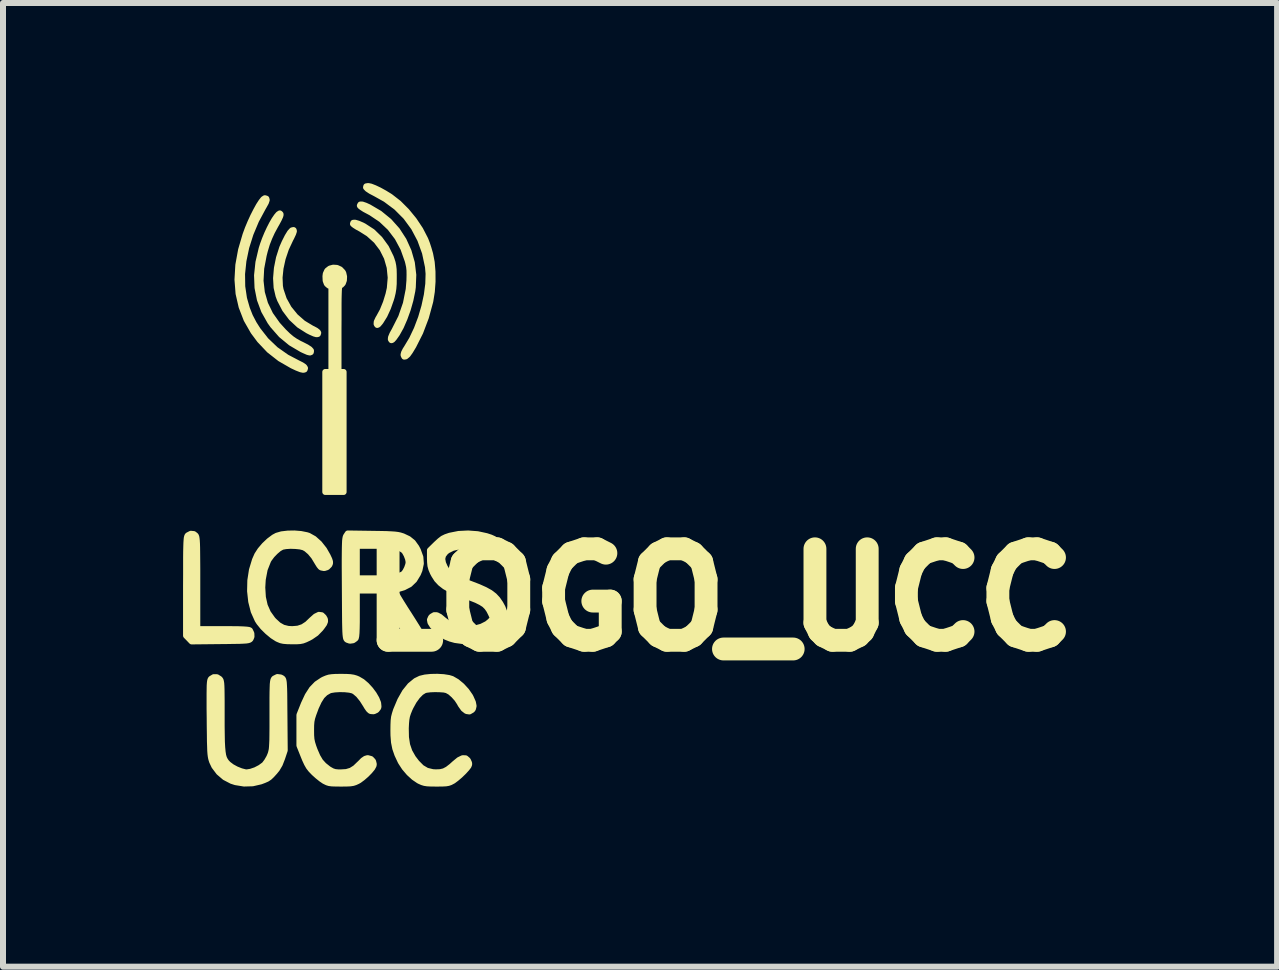
<source format=kicad_pcb>
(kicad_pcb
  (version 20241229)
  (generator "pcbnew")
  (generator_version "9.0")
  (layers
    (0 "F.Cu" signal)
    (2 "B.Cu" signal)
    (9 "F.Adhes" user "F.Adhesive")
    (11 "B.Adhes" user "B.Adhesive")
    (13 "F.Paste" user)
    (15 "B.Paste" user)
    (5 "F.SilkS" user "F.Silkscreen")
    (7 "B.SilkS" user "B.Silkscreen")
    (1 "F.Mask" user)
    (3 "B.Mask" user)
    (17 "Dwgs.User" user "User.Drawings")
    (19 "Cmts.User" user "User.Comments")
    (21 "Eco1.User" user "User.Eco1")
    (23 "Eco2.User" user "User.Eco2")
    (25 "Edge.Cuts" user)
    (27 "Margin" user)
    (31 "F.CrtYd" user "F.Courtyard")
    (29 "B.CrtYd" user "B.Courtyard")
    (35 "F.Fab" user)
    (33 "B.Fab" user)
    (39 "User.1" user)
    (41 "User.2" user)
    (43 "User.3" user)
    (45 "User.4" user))
  (footprint "LOGO_UCC"
    (layer "F.Cu")
    (at 2.709 5.028)
    (property "Reference" "LOGO_UCC" (at 6.223 1.905 0) (layer "F.SilkS") (effects (font (size 1.524 1.524) (thickness 0.381))))
    (attr through_hole)
    (fp_poly (pts (xy -0.457 -2.532) (xy -0.463 -2.513) (xy -0.484 -2.509) (xy -0.523 -2.52) (xy -0.584 -2.547) (xy -0.629 -2.57) (xy -0.774 -2.662) (xy -0.903 -2.782) (xy -1.01 -2.924) (xy -1.093 -3.084) (xy -1.118 -3.15) (xy -1.15 -3.287) (xy -1.159 -3.442) (xy -1.145 -3.609) (xy -1.111 -3.779) (xy -1.057 -3.948) (xy -1.018 -4.037) (xy -0.968 -4.136) (xy -0.927 -4.203) (xy -0.894 -4.239) (xy -0.869 -4.245) (xy -0.866 -4.243) (xy -0.862 -4.226) (xy -0.875 -4.186) (xy -0.905 -4.122) (xy -0.921 -4.092) (xy -0.994 -3.936) (xy -1.049 -3.773) (xy -1.085 -3.609) (xy -1.101 -3.453) (xy -1.095 -3.31) (xy -1.084 -3.25) (xy -1.03 -3.089) (xy -0.947 -2.939) (xy -0.838 -2.805) (xy -0.709 -2.692) (xy -0.564 -2.605) (xy -0.546 -2.597) (xy -0.496 -2.57) (xy -0.464 -2.545) (xy -0.457 -2.532)) (stroke (width 0.1) (type solid)) (fill yes) (layer "F.SilkS"))
    (fp_poly (pts (xy 1.127 -3.498) (xy 1.119 -3.292) (xy 1.111 -3.232) (xy 1.079 -3.078) (xy 1.035 -2.923) (xy 0.981 -2.773) (xy 0.921 -2.635) (xy 0.856 -2.518) (xy 0.806 -2.447) (xy 0.778 -2.416) (xy 0.763 -2.41) (xy 0.753 -2.425) (xy 0.756 -2.456) (xy 0.779 -2.511) (xy 0.813 -2.572) (xy 0.925 -2.793) (xy 1.004 -3.021) (xy 1.051 -3.257) (xy 1.063 -3.404) (xy 1.065 -3.5) (xy 1.064 -3.573) (xy 1.057 -3.636) (xy 1.043 -3.7) (xy 1.034 -3.735) (xy 0.962 -3.937) (xy 0.864 -4.12) (xy 0.741 -4.282) (xy 0.594 -4.421) (xy 0.424 -4.535) (xy 0.379 -4.559) (xy 0.317 -4.592) (xy 0.269 -4.623) (xy 0.241 -4.645) (xy 0.237 -4.652) (xy 0.246 -4.67) (xy 0.276 -4.67) (xy 0.329 -4.652) (xy 0.386 -4.626) (xy 0.565 -4.521) (xy 0.723 -4.392) (xy 0.857 -4.242) (xy 0.966 -4.074) (xy 1.048 -3.892) (xy 1.103 -3.699) (xy 1.127 -3.498)) (stroke (width 0.1) (type solid)) (fill yes) (layer "F.SilkS"))
    (fp_poly (pts (xy 0.802 -3.446) (xy 0.801 -3.347) (xy 0.795 -3.27) (xy 0.784 -3.202) (xy 0.767 -3.131) (xy 0.755 -3.091) (xy 0.705 -2.949) (xy 0.647 -2.823) (xy 0.583 -2.72) (xy 0.568 -2.701) (xy 0.541 -2.67) (xy 0.526 -2.664) (xy 0.516 -2.68) (xy 0.518 -2.715) (xy 0.544 -2.771) (xy 0.556 -2.79) (xy 0.617 -2.902) (xy 0.671 -3.035) (xy 0.714 -3.175) (xy 0.736 -3.274) (xy 0.751 -3.451) (xy 0.734 -3.623) (xy 0.687 -3.786) (xy 0.612 -3.935) (xy 0.51 -4.069) (xy 0.382 -4.184) (xy 0.255 -4.264) (xy 0.196 -4.296) (xy 0.15 -4.325) (xy 0.125 -4.345) (xy 0.122 -4.349) (xy 0.128 -4.366) (xy 0.158 -4.367) (xy 0.209 -4.352) (xy 0.276 -4.323) (xy 0.305 -4.308) (xy 0.446 -4.216) (xy 0.569 -4.096) (xy 0.673 -3.953) (xy 0.752 -3.792) (xy 0.764 -3.759) (xy 0.782 -3.704) (xy 0.793 -3.65) (xy 0.8 -3.589) (xy 0.802 -3.51) (xy 0.802 -3.446)) (stroke (width 0.1) (type solid)) (fill yes) (layer "F.SilkS"))
    (fp_poly (pts (xy -0.677 -1.943) (xy -0.684 -1.922) (xy -0.706 -1.916) (xy -0.747 -1.925) (xy -0.811 -1.95) (xy -0.89 -1.987) (xy -1.093 -2.104) (xy -1.273 -2.245) (xy -1.431 -2.412) (xy -1.536 -2.553) (xy -1.651 -2.754) (xy -1.733 -2.966) (xy -1.784 -3.187) (xy -1.802 -3.419) (xy -1.788 -3.662) (xy -1.742 -3.914) (xy -1.669 -4.163) (xy -1.631 -4.267) (xy -1.587 -4.372) (xy -1.54 -4.475) (xy -1.492 -4.569) (xy -1.447 -4.651) (xy -1.405 -4.716) (xy -1.371 -4.759) (xy -1.346 -4.775) (xy -1.345 -4.775) (xy -1.321 -4.768) (xy -1.315 -4.746) (xy -1.329 -4.704) (xy -1.364 -4.641) (xy -1.377 -4.619) (xy -1.492 -4.405) (xy -1.585 -4.183) (xy -1.656 -3.958) (xy -1.703 -3.733) (xy -1.726 -3.514) (xy -1.723 -3.304) (xy -1.694 -3.109) (xy -1.687 -3.082) (xy -1.645 -2.936) (xy -1.595 -2.809) (xy -1.531 -2.686) (xy -1.465 -2.582) (xy -1.329 -2.408) (xy -1.168 -2.254) (xy -0.983 -2.124) (xy -0.806 -2.031) (xy -0.734 -1.995) (xy -0.691 -1.966) (xy -0.677 -1.944) (xy -0.677 -1.943)) (stroke (width 0.1) (type solid)) (fill yes) (layer "F.SilkS"))
    (fp_poly (pts (xy -1.569 2.53) (xy -1.584 2.565) (xy -1.593 2.575) (xy -1.606 2.583) (xy -1.627 2.589) (xy -1.659 2.594) (xy -1.707 2.597) (xy -1.774 2.6) (xy -1.865 2.601) (xy -1.982 2.603) (xy -2.088 2.604) (xy -2.566 2.609) (xy -2.612 2.561) (xy -2.659 2.513) (xy -2.659 1.691) (xy -2.658 1.502) (xy -2.658 1.345) (xy -2.658 1.215) (xy -2.657 1.111) (xy -2.655 1.029) (xy -2.653 0.967) (xy -2.65 0.92) (xy -2.647 0.888) (xy -2.642 0.866) (xy -2.637 0.852) (xy -2.63 0.843) (xy -2.628 0.841) (xy -2.579 0.816) (xy -2.53 0.821) (xy -2.5 0.844) (xy -2.494 0.854) (xy -2.488 0.87) (xy -2.484 0.894) (xy -2.48 0.931) (xy -2.477 0.983) (xy -2.475 1.052) (xy -2.474 1.142) (xy -2.473 1.256) (xy -2.472 1.396) (xy -2.472 1.567) (xy -2.472 1.64) (xy -2.472 2.405) (xy -2.043 2.405) (xy -1.901 2.405) (xy -1.791 2.406) (xy -1.708 2.409) (xy -1.65 2.413) (xy -1.614 2.418) (xy -1.596 2.425) (xy -1.595 2.426) (xy -1.571 2.476) (xy -1.569 2.53)) (stroke (width 0.1) (type solid)) (fill yes) (layer "F.SilkS"))
    (fp_poly (pts (xy -0.577 -2.231) (xy -0.58 -2.211) (xy -0.596 -2.205) (xy -0.63 -2.213) (xy -0.685 -2.237) (xy -0.728 -2.257) (xy -0.913 -2.366) (xy -1.073 -2.498) (xy -1.211 -2.655) (xy -1.257 -2.719) (xy -1.359 -2.9) (xy -1.429 -3.088) (xy -1.468 -3.284) (xy -1.476 -3.49) (xy -1.453 -3.707) (xy -1.399 -3.936) (xy -1.377 -4.005) (xy -1.345 -4.093) (xy -1.308 -4.182) (xy -1.268 -4.268) (xy -1.227 -4.348) (xy -1.187 -4.417) (xy -1.15 -4.471) (xy -1.12 -4.507) (xy -1.097 -4.522) (xy -1.085 -4.511) (xy -1.084 -4.496) (xy -1.092 -4.471) (xy -1.113 -4.425) (xy -1.145 -4.365) (xy -1.169 -4.323) (xy -1.227 -4.216) (xy -1.272 -4.118) (xy -1.311 -4.018) (xy -1.346 -3.902) (xy -1.365 -3.827) (xy -1.407 -3.607) (xy -1.418 -3.399) (xy -1.396 -3.202) (xy -1.342 -3.015) (xy -1.256 -2.837) (xy -1.137 -2.669) (xy -1.034 -2.555) (xy -0.962 -2.485) (xy -0.9 -2.433) (xy -0.84 -2.392) (xy -0.771 -2.353) (xy -0.733 -2.335) (xy -0.651 -2.293) (xy -0.6 -2.26) (xy -0.578 -2.236) (xy -0.577 -2.231)) (stroke (width 0.1) (type solid)) (fill yes) (layer "F.SilkS"))
    (fp_poly (pts (xy 1.448 -3.386) (xy 1.436 -3.22) (xy 1.411 -3.064) (xy 1.408 -3.05) (xy 1.337 -2.79) (xy 1.243 -2.542) (xy 1.128 -2.314) (xy 1.073 -2.223) (xy 1.034 -2.169) (xy 1 -2.14) (xy 0.977 -2.136) (xy 0.966 -2.16) (xy 0.965 -2.169) (xy 0.974 -2.203) (xy 0.998 -2.25) (xy 1.014 -2.274) (xy 1.105 -2.426) (xy 1.186 -2.597) (xy 1.256 -2.782) (xy 1.312 -2.973) (xy 1.353 -3.163) (xy 1.377 -3.347) (xy 1.382 -3.516) (xy 1.372 -3.632) (xy 1.322 -3.867) (xy 1.243 -4.085) (xy 1.137 -4.285) (xy 1.005 -4.465) (xy 0.847 -4.624) (xy 0.666 -4.759) (xy 0.498 -4.853) (xy 0.418 -4.895) (xy 0.365 -4.93) (xy 0.34 -4.956) (xy 0.344 -4.973) (xy 0.377 -4.978) (xy 0.42 -4.969) (xy 0.484 -4.944) (xy 0.562 -4.907) (xy 0.647 -4.86) (xy 0.732 -4.808) (xy 0.747 -4.798) (xy 0.883 -4.692) (xy 1.015 -4.56) (xy 1.137 -4.411) (xy 1.243 -4.252) (xy 1.326 -4.091) (xy 1.334 -4.072) (xy 1.356 -4.014) (xy 1.381 -3.937) (xy 1.404 -3.858) (xy 1.408 -3.843) (xy 1.434 -3.708) (xy 1.447 -3.552) (xy 1.448 -3.386)) (stroke (width 0.1) (type solid)) (fill yes) (layer "F.SilkS"))
    (fp_poly (pts (xy -0.026 -3.468) (xy -0.029 -3.409) (xy -0.047 -3.358) (xy -0.077 -3.327) (xy -0.086 -3.324) (xy -0.094 -3.32) (xy -0.1 -3.313) (xy -0.104 -3.305) (xy -0.104 -3.449) (xy -0.115 -3.496) (xy -0.149 -3.527) (xy -0.194 -3.538) (xy -0.232 -3.525) (xy -0.253 -3.494) (xy -0.257 -3.439) (xy -0.254 -3.412) (xy -0.249 -3.395) (xy -0.244 -3.411) (xy -0.242 -3.425) (xy -0.232 -3.457) (xy -0.208 -3.47) (xy -0.178 -3.471) (xy -0.133 -3.464) (xy -0.113 -3.442) (xy -0.107 -3.426) (xy -0.104 -3.442) (xy -0.104 -3.449) (xy -0.104 -3.305) (xy -0.106 -3.3) (xy -0.11 -3.276) (xy -0.113 -3.239) (xy -0.115 -3.187) (xy -0.117 -3.115) (xy -0.118 -3.021) (xy -0.118 -2.903) (xy -0.118 -2.756) (xy -0.119 -2.597) (xy -0.119 -1.88) (xy -0.076 -1.88) (xy -0.034 -1.88) (xy -0.034 -0.881) (xy -0.034 0.119) (xy -0.186 0.119) (xy -0.339 0.119) (xy -0.339 -0.881) (xy -0.339 -1.88) (xy -0.288 -1.88) (xy -0.237 -1.88) (xy -0.237 -2.591) (xy -0.237 -3.303) (xy -0.278 -3.319) (xy -0.313 -3.349) (xy -0.333 -3.403) (xy -0.336 -3.475) (xy -0.331 -3.515) (xy -0.307 -3.568) (xy -0.262 -3.603) (xy -0.206 -3.618) (xy -0.146 -3.614) (xy -0.091 -3.589) (xy -0.049 -3.545) (xy -0.039 -3.526) (xy -0.026 -3.468)) (stroke (width 0.1) (type solid)) (fill yes) (layer "F.SilkS"))
    (fp_poly (pts (xy -0.26 1.306) (xy -0.27 1.331) (xy -0.273 1.336) (xy -0.309 1.372) (xy -0.357 1.387) (xy -0.404 1.378) (xy -0.417 1.37) (xy -0.44 1.342) (xy -0.468 1.297) (xy -0.478 1.28) (xy -0.529 1.196) (xy -0.591 1.121) (xy -0.655 1.066) (xy -0.698 1.042) (xy -0.756 1.027) (xy -0.833 1.019) (xy -0.917 1.016) (xy -0.996 1.021) (xy -1.055 1.032) (xy -1.061 1.034) (xy -1.112 1.063) (xy -1.171 1.113) (xy -1.229 1.173) (xy -1.275 1.235) (xy -1.291 1.261) (xy -1.349 1.408) (xy -1.381 1.576) (xy -1.389 1.711) (xy -1.379 1.874) (xy -1.348 2.013) (xy -1.294 2.135) (xy -1.217 2.243) (xy -1.196 2.266) (xy -1.119 2.337) (xy -1.043 2.38) (xy -0.959 2.401) (xy -0.889 2.405) (xy -0.794 2.397) (xy -0.713 2.37) (xy -0.638 2.321) (xy -0.566 2.252) (xy -0.501 2.194) (xy -0.446 2.167) (xy -0.399 2.173) (xy -0.365 2.205) (xy -0.345 2.241) (xy -0.343 2.276) (xy -0.359 2.316) (xy -0.397 2.369) (xy -0.418 2.396) (xy -0.493 2.473) (xy -0.579 2.532) (xy -0.612 2.55) (xy -0.669 2.577) (xy -0.714 2.594) (xy -0.759 2.603) (xy -0.817 2.607) (xy -0.893 2.607) (xy -0.975 2.605) (xy -1.034 2.6) (xy -1.08 2.59) (xy -1.124 2.572) (xy -1.143 2.563) (xy -1.218 2.515) (xy -1.3 2.447) (xy -1.378 2.37) (xy -1.441 2.292) (xy -1.467 2.252) (xy -1.532 2.107) (xy -1.573 1.945) (xy -1.592 1.771) (xy -1.588 1.593) (xy -1.561 1.419) (xy -1.511 1.254) (xy -1.473 1.168) (xy -1.422 1.089) (xy -1.353 1.008) (xy -1.275 0.934) (xy -1.196 0.875) (xy -1.146 0.848) (xy -1.066 0.825) (xy -0.964 0.813) (xy -0.854 0.811) (xy -0.745 0.82) (xy -0.65 0.839) (xy -0.618 0.849) (xy -0.527 0.9) (xy -0.439 0.979) (xy -0.36 1.079) (xy -0.3 1.184) (xy -0.273 1.242) (xy -0.261 1.279) (xy -0.26 1.306)) (stroke (width 0.1) (type solid)) (fill yes) (layer "F.SilkS"))
    (fp_poly (pts (xy 2.132 3.685) (xy 2.121 3.731) (xy 2.107 3.75) (xy 2.062 3.776) (xy 2.014 3.769) (xy 1.965 3.731) (xy 1.916 3.662) (xy 1.9 3.632) (xy 1.858 3.568) (xy 1.802 3.505) (xy 1.742 3.452) (xy 1.688 3.422) (xy 1.64 3.411) (xy 1.57 3.406) (xy 1.489 3.404) (xy 1.411 3.407) (xy 1.345 3.415) (xy 1.314 3.423) (xy 1.256 3.459) (xy 1.196 3.52) (xy 1.136 3.602) (xy 1.083 3.698) (xy 1.065 3.736) (xy 1.039 3.8) (xy 1.022 3.853) (xy 1.012 3.908) (xy 1.006 3.974) (xy 1.002 4.059) (xy 1.005 4.207) (xy 1.024 4.333) (xy 1.062 4.444) (xy 1.122 4.55) (xy 1.184 4.631) (xy 1.265 4.713) (xy 1.351 4.764) (xy 1.45 4.788) (xy 1.504 4.791) (xy 1.578 4.788) (xy 1.64 4.773) (xy 1.699 4.742) (xy 1.764 4.692) (xy 1.815 4.646) (xy 1.889 4.585) (xy 1.95 4.555) (xy 1.999 4.557) (xy 2.036 4.589) (xy 2.057 4.636) (xy 2.058 4.659) (xy 2.047 4.686) (xy 2.018 4.724) (xy 1.969 4.778) (xy 1.963 4.784) (xy 1.905 4.84) (xy 1.844 4.892) (xy 1.793 4.93) (xy 1.782 4.936) (xy 1.746 4.955) (xy 1.711 4.967) (xy 1.67 4.974) (xy 1.613 4.977) (xy 1.533 4.978) (xy 1.509 4.978) (xy 1.422 4.977) (xy 1.361 4.974) (xy 1.315 4.967) (xy 1.276 4.955) (xy 1.235 4.937) (xy 1.216 4.927) (xy 1.138 4.874) (xy 1.057 4.8) (xy 0.982 4.712) (xy 0.922 4.62) (xy 0.914 4.605) (xy 0.862 4.494) (xy 0.827 4.393) (xy 0.806 4.289) (xy 0.797 4.172) (xy 0.796 4.093) (xy 0.797 3.998) (xy 0.8 3.927) (xy 0.807 3.87) (xy 0.82 3.819) (xy 0.838 3.762) (xy 0.84 3.756) (xy 0.91 3.59) (xy 0.988 3.452) (xy 1.075 3.344) (xy 1.169 3.267) (xy 1.245 3.23) (xy 1.324 3.211) (xy 1.421 3.201) (xy 1.527 3.199) (xy 1.631 3.205) (xy 1.72 3.219) (xy 1.772 3.235) (xy 1.853 3.282) (xy 1.936 3.351) (xy 2.012 3.434) (xy 2.073 3.522) (xy 2.084 3.543) (xy 2.12 3.624) (xy 2.132 3.685)) (stroke (width 0.1) (type solid)) (fill yes) (layer "F.SilkS"))
    (fp_poly (pts (xy 2.659 2.222) (xy 2.657 2.267) (xy 2.651 2.3) (xy 2.634 2.33) (xy 2.603 2.366) (xy 2.553 2.416) (xy 2.491 2.473) (xy 2.437 2.512) (xy 2.378 2.541) (xy 2.317 2.564) (xy 2.156 2.601) (xy 1.988 2.608) (xy 1.823 2.585) (xy 1.744 2.563) (xy 1.671 2.534) (xy 1.613 2.502) (xy 1.556 2.458) (xy 1.511 2.416) (xy 1.448 2.348) (xy 1.413 2.293) (xy 1.405 2.249) (xy 1.422 2.21) (xy 1.436 2.195) (xy 1.476 2.172) (xy 1.519 2.173) (xy 1.571 2.2) (xy 1.633 2.252) (xy 1.736 2.331) (xy 1.851 2.38) (xy 1.983 2.403) (xy 2.037 2.405) (xy 2.155 2.394) (xy 2.264 2.364) (xy 2.355 2.318) (xy 2.403 2.279) (xy 2.456 2.224) (xy 2.422 2.149) (xy 2.391 2.088) (xy 2.356 2.038) (xy 2.313 1.995) (xy 2.255 1.958) (xy 2.179 1.92) (xy 2.078 1.88) (xy 2.005 1.853) (xy 1.86 1.798) (xy 1.743 1.746) (xy 1.651 1.694) (xy 1.579 1.638) (xy 1.521 1.576) (xy 1.475 1.504) (xy 1.454 1.465) (xy 1.428 1.404) (xy 1.413 1.349) (xy 1.407 1.287) (xy 1.405 1.227) (xy 1.405 1.091) (xy 1.511 0.987) (xy 1.57 0.933) (xy 1.618 0.896) (xy 1.669 0.871) (xy 1.733 0.849) (xy 1.737 0.848) (xy 1.882 0.819) (xy 2.04 0.811) (xy 2.199 0.823) (xy 2.346 0.855) (xy 2.419 0.879) (xy 2.471 0.903) (xy 2.515 0.934) (xy 2.561 0.979) (xy 2.571 0.989) (xy 2.63 1.061) (xy 2.658 1.121) (xy 2.656 1.169) (xy 2.623 1.208) (xy 2.618 1.211) (xy 2.571 1.229) (xy 2.522 1.22) (xy 2.465 1.183) (xy 2.42 1.141) (xy 2.354 1.086) (xy 2.279 1.048) (xy 2.189 1.026) (xy 2.075 1.017) (xy 2.033 1.016) (xy 1.894 1.025) (xy 1.783 1.051) (xy 1.697 1.094) (xy 1.664 1.121) (xy 1.623 1.175) (xy 1.609 1.234) (xy 1.622 1.304) (xy 1.652 1.373) (xy 1.686 1.429) (xy 1.731 1.478) (xy 1.792 1.523) (xy 1.872 1.566) (xy 1.977 1.612) (xy 2.081 1.651) (xy 2.216 1.703) (xy 2.323 1.751) (xy 2.408 1.798) (xy 2.476 1.85) (xy 2.53 1.908) (xy 2.578 1.978) (xy 2.614 2.044) (xy 2.649 2.135) (xy 2.659 2.222)) (stroke (width 0.1) (type solid)) (fill yes) (layer "F.SilkS"))
    (fp_poly (pts (xy -1.015 4.424) (xy -1.06 4.559) (xy -1.098 4.656) (xy -1.144 4.734) (xy -1.182 4.781) (xy -1.232 4.836) (xy -1.271 4.873) (xy -1.31 4.899) (xy -1.36 4.921) (xy -1.416 4.942) (xy -1.55 4.973) (xy -1.693 4.977) (xy -1.834 4.954) (xy -1.899 4.933) (xy -2.014 4.873) (xy -2.112 4.789) (xy -2.188 4.688) (xy -2.224 4.612) (xy -2.233 4.585) (xy -2.241 4.556) (xy -2.247 4.524) (xy -2.252 4.483) (xy -2.256 4.43) (xy -2.258 4.362) (xy -2.261 4.274) (xy -2.262 4.163) (xy -2.264 4.025) (xy -2.265 3.888) (xy -2.267 3.725) (xy -2.267 3.593) (xy -2.267 3.487) (xy -2.266 3.406) (xy -2.265 3.345) (xy -2.262 3.301) (xy -2.258 3.27) (xy -2.253 3.25) (xy -2.246 3.237) (xy -2.242 3.232) (xy -2.197 3.205) (xy -2.145 3.206) (xy -2.1 3.234) (xy -2.091 3.245) (xy -2.083 3.258) (xy -2.078 3.278) (xy -2.073 3.308) (xy -2.07 3.352) (xy -2.068 3.413) (xy -2.067 3.494) (xy -2.066 3.6) (xy -2.066 3.734) (xy -2.066 3.845) (xy -2.066 4.02) (xy -2.064 4.164) (xy -2.062 4.281) (xy -2.057 4.376) (xy -2.05 4.45) (xy -2.041 4.508) (xy -2.028 4.553) (xy -2.01 4.589) (xy -1.989 4.62) (xy -1.963 4.648) (xy -1.951 4.659) (xy -1.895 4.701) (xy -1.821 4.741) (xy -1.743 4.772) (xy -1.673 4.79) (xy -1.647 4.792) (xy -1.579 4.781) (xy -1.5 4.754) (xy -1.423 4.714) (xy -1.361 4.669) (xy -1.35 4.659) (xy -1.311 4.607) (xy -1.273 4.541) (xy -1.255 4.499) (xy -1.245 4.471) (xy -1.238 4.443) (xy -1.231 4.41) (xy -1.227 4.369) (xy -1.224 4.316) (xy -1.221 4.247) (xy -1.22 4.158) (xy -1.219 4.045) (xy -1.219 3.903) (xy -1.219 3.829) (xy -1.219 3.674) (xy -1.219 3.549) (xy -1.218 3.451) (xy -1.216 3.377) (xy -1.214 3.322) (xy -1.21 3.284) (xy -1.205 3.258) (xy -1.199 3.242) (xy -1.191 3.231) (xy -1.188 3.228) (xy -1.138 3.203) (xy -1.083 3.21) (xy -1.057 3.224) (xy -1.049 3.232) (xy -1.041 3.244) (xy -1.036 3.263) (xy -1.031 3.293) (xy -1.028 3.337) (xy -1.025 3.399) (xy -1.023 3.482) (xy -1.022 3.59) (xy -1.021 3.725) (xy -1.02 3.836) (xy -1.015 4.424)) (stroke (width 0.1) (type solid)) (fill yes) (layer "F.SilkS"))
    (fp_poly (pts (xy 0.547 3.694) (xy 0.543 3.714) (xy 0.513 3.752) (xy 0.468 3.773) (xy 0.421 3.77) (xy 0.408 3.764) (xy 0.384 3.741) (xy 0.354 3.698) (xy 0.339 3.672) (xy 0.278 3.576) (xy 0.215 3.498) (xy 0.153 3.445) (xy 0.123 3.428) (xy 0.066 3.414) (xy -0.012 3.406) (xy -0.099 3.404) (xy -0.182 3.409) (xy -0.25 3.42) (xy -0.273 3.428) (xy -0.339 3.466) (xy -0.396 3.522) (xy -0.447 3.603) (xy -0.497 3.711) (xy -0.509 3.744) (xy -0.539 3.825) (xy -0.559 3.888) (xy -0.57 3.943) (xy -0.575 4.004) (xy -0.576 4.082) (xy -0.576 4.092) (xy -0.575 4.176) (xy -0.57 4.24) (xy -0.558 4.298) (xy -0.538 4.362) (xy -0.516 4.422) (xy -0.47 4.528) (xy -0.422 4.609) (xy -0.363 4.674) (xy -0.289 4.733) (xy -0.272 4.744) (xy -0.224 4.771) (xy -0.179 4.786) (xy -0.122 4.792) (xy -0.081 4.792) (xy 0.013 4.786) (xy 0.09 4.763) (xy 0.16 4.719) (xy 0.233 4.649) (xy 0.241 4.642) (xy 0.29 4.592) (xy 0.329 4.565) (xy 0.363 4.555) (xy 0.371 4.555) (xy 0.422 4.569) (xy 0.457 4.606) (xy 0.469 4.655) (xy 0.465 4.677) (xy 0.443 4.718) (xy 0.4 4.77) (xy 0.344 4.827) (xy 0.283 4.88) (xy 0.225 4.923) (xy 0.2 4.937) (xy 0.161 4.955) (xy 0.124 4.967) (xy 0.079 4.974) (xy 0.018 4.977) (xy -0.068 4.978) (xy -0.08 4.978) (xy -0.167 4.977) (xy -0.229 4.975) (xy -0.274 4.969) (xy -0.309 4.958) (xy -0.344 4.941) (xy -0.356 4.935) (xy -0.406 4.901) (xy -0.467 4.852) (xy -0.526 4.799) (xy -0.529 4.796) (xy -0.577 4.746) (xy -0.613 4.7) (xy -0.644 4.646) (xy -0.677 4.575) (xy -0.699 4.521) (xy -0.77 4.343) (xy -0.77 4.089) (xy -0.77 3.835) (xy -0.696 3.649) (xy -0.632 3.512) (xy -0.562 3.403) (xy -0.482 3.32) (xy -0.388 3.257) (xy -0.363 3.244) (xy -0.318 3.225) (xy -0.277 3.212) (xy -0.229 3.205) (xy -0.167 3.201) (xy -0.08 3.2) (xy -0.076 3.2) (xy 0.014 3.201) (xy 0.079 3.205) (xy 0.13 3.213) (xy 0.174 3.226) (xy 0.207 3.24) (xy 0.277 3.281) (xy 0.346 3.34) (xy 0.411 3.411) (xy 0.468 3.487) (xy 0.513 3.564) (xy 0.541 3.635) (xy 0.547 3.694)) (stroke (width 0.1) (type solid)) (fill yes) (layer "F.SilkS"))
    (fp_poly (pts (xy 1.253 1.312) (xy 1.23 1.421) (xy 1.205 1.482) (xy 1.143 1.584) (xy 1.066 1.658) (xy 1.05 1.666) (xy 1.05 1.287) (xy 1.04 1.233) (xy 1.016 1.17) (xy 0.985 1.114) (xy 0.96 1.087) (xy 0.918 1.061) (xy 0.858 1.042) (xy 0.777 1.029) (xy 0.671 1.02) (xy 0.536 1.016) (xy 0.478 1.016) (xy 0.186 1.016) (xy 0.186 1.287) (xy 0.186 1.558) (xy 0.471 1.558) (xy 0.596 1.557) (xy 0.692 1.553) (xy 0.766 1.547) (xy 0.823 1.537) (xy 0.848 1.531) (xy 0.903 1.513) (xy 0.946 1.495) (xy 0.962 1.485) (xy 0.993 1.447) (xy 1.023 1.389) (xy 1.044 1.329) (xy 1.05 1.287) (xy 1.05 1.666) (xy 0.969 1.708) (xy 0.937 1.718) (xy 0.881 1.734) (xy 0.836 1.747) (xy 0.817 1.753) (xy 0.819 1.769) (xy 0.839 1.811) (xy 0.876 1.876) (xy 0.929 1.963) (xy 0.996 2.07) (xy 1 2.076) (xy 1.061 2.171) (xy 1.117 2.259) (xy 1.165 2.336) (xy 1.202 2.395) (xy 1.225 2.433) (xy 1.229 2.441) (xy 1.246 2.501) (xy 1.234 2.55) (xy 1.198 2.581) (xy 1.143 2.59) (xy 1.113 2.585) (xy 1.094 2.571) (xy 1.064 2.537) (xy 1.021 2.479) (xy 0.965 2.397) (xy 0.893 2.29) (xy 0.815 2.168) (xy 0.554 1.761) (xy 0.37 1.761) (xy 0.186 1.761) (xy 0.186 2.147) (xy 0.186 2.284) (xy 0.184 2.39) (xy 0.181 2.468) (xy 0.176 2.521) (xy 0.169 2.552) (xy 0.165 2.56) (xy 0.123 2.59) (xy 0.071 2.597) (xy 0.025 2.581) (xy 0.018 2.574) (xy 0.011 2.564) (xy 0.006 2.549) (xy 0.002 2.526) (xy -0.002 2.49) (xy -0.005 2.441) (xy -0.007 2.374) (xy -0.009 2.287) (xy -0.01 2.178) (xy -0.011 2.042) (xy -0.012 1.878) (xy -0.013 1.724) (xy -0.014 1.533) (xy -0.015 1.372) (xy -0.015 1.24) (xy -0.014 1.133) (xy -0.013 1.048) (xy -0.011 0.983) (xy -0.009 0.934) (xy -0.005 0.899) (xy -0.000461 0.875) (xy 0.005 0.859) (xy 0.009 0.852) (xy 0.036 0.811) (xy 0.446 0.817) (xy 0.577 0.819) (xy 0.681 0.821) (xy 0.76 0.825) (xy 0.82 0.829) (xy 0.867 0.835) (xy 0.906 0.843) (xy 0.941 0.854) (xy 0.954 0.858) (xy 1.047 0.902) (xy 1.119 0.96) (xy 1.178 1.042) (xy 1.204 1.092) (xy 1.245 1.205) (xy 1.253 1.312)) (stroke (width 0.1) (type solid)) (fill yes) (layer "F.SilkS")))
  (gr_rect
    (start -3 -3)
    (end 18.229 13.057)
    (stroke (width 0.1) (type default))
    (fill no)
    (layer "Edge.Cuts")))
</source>
